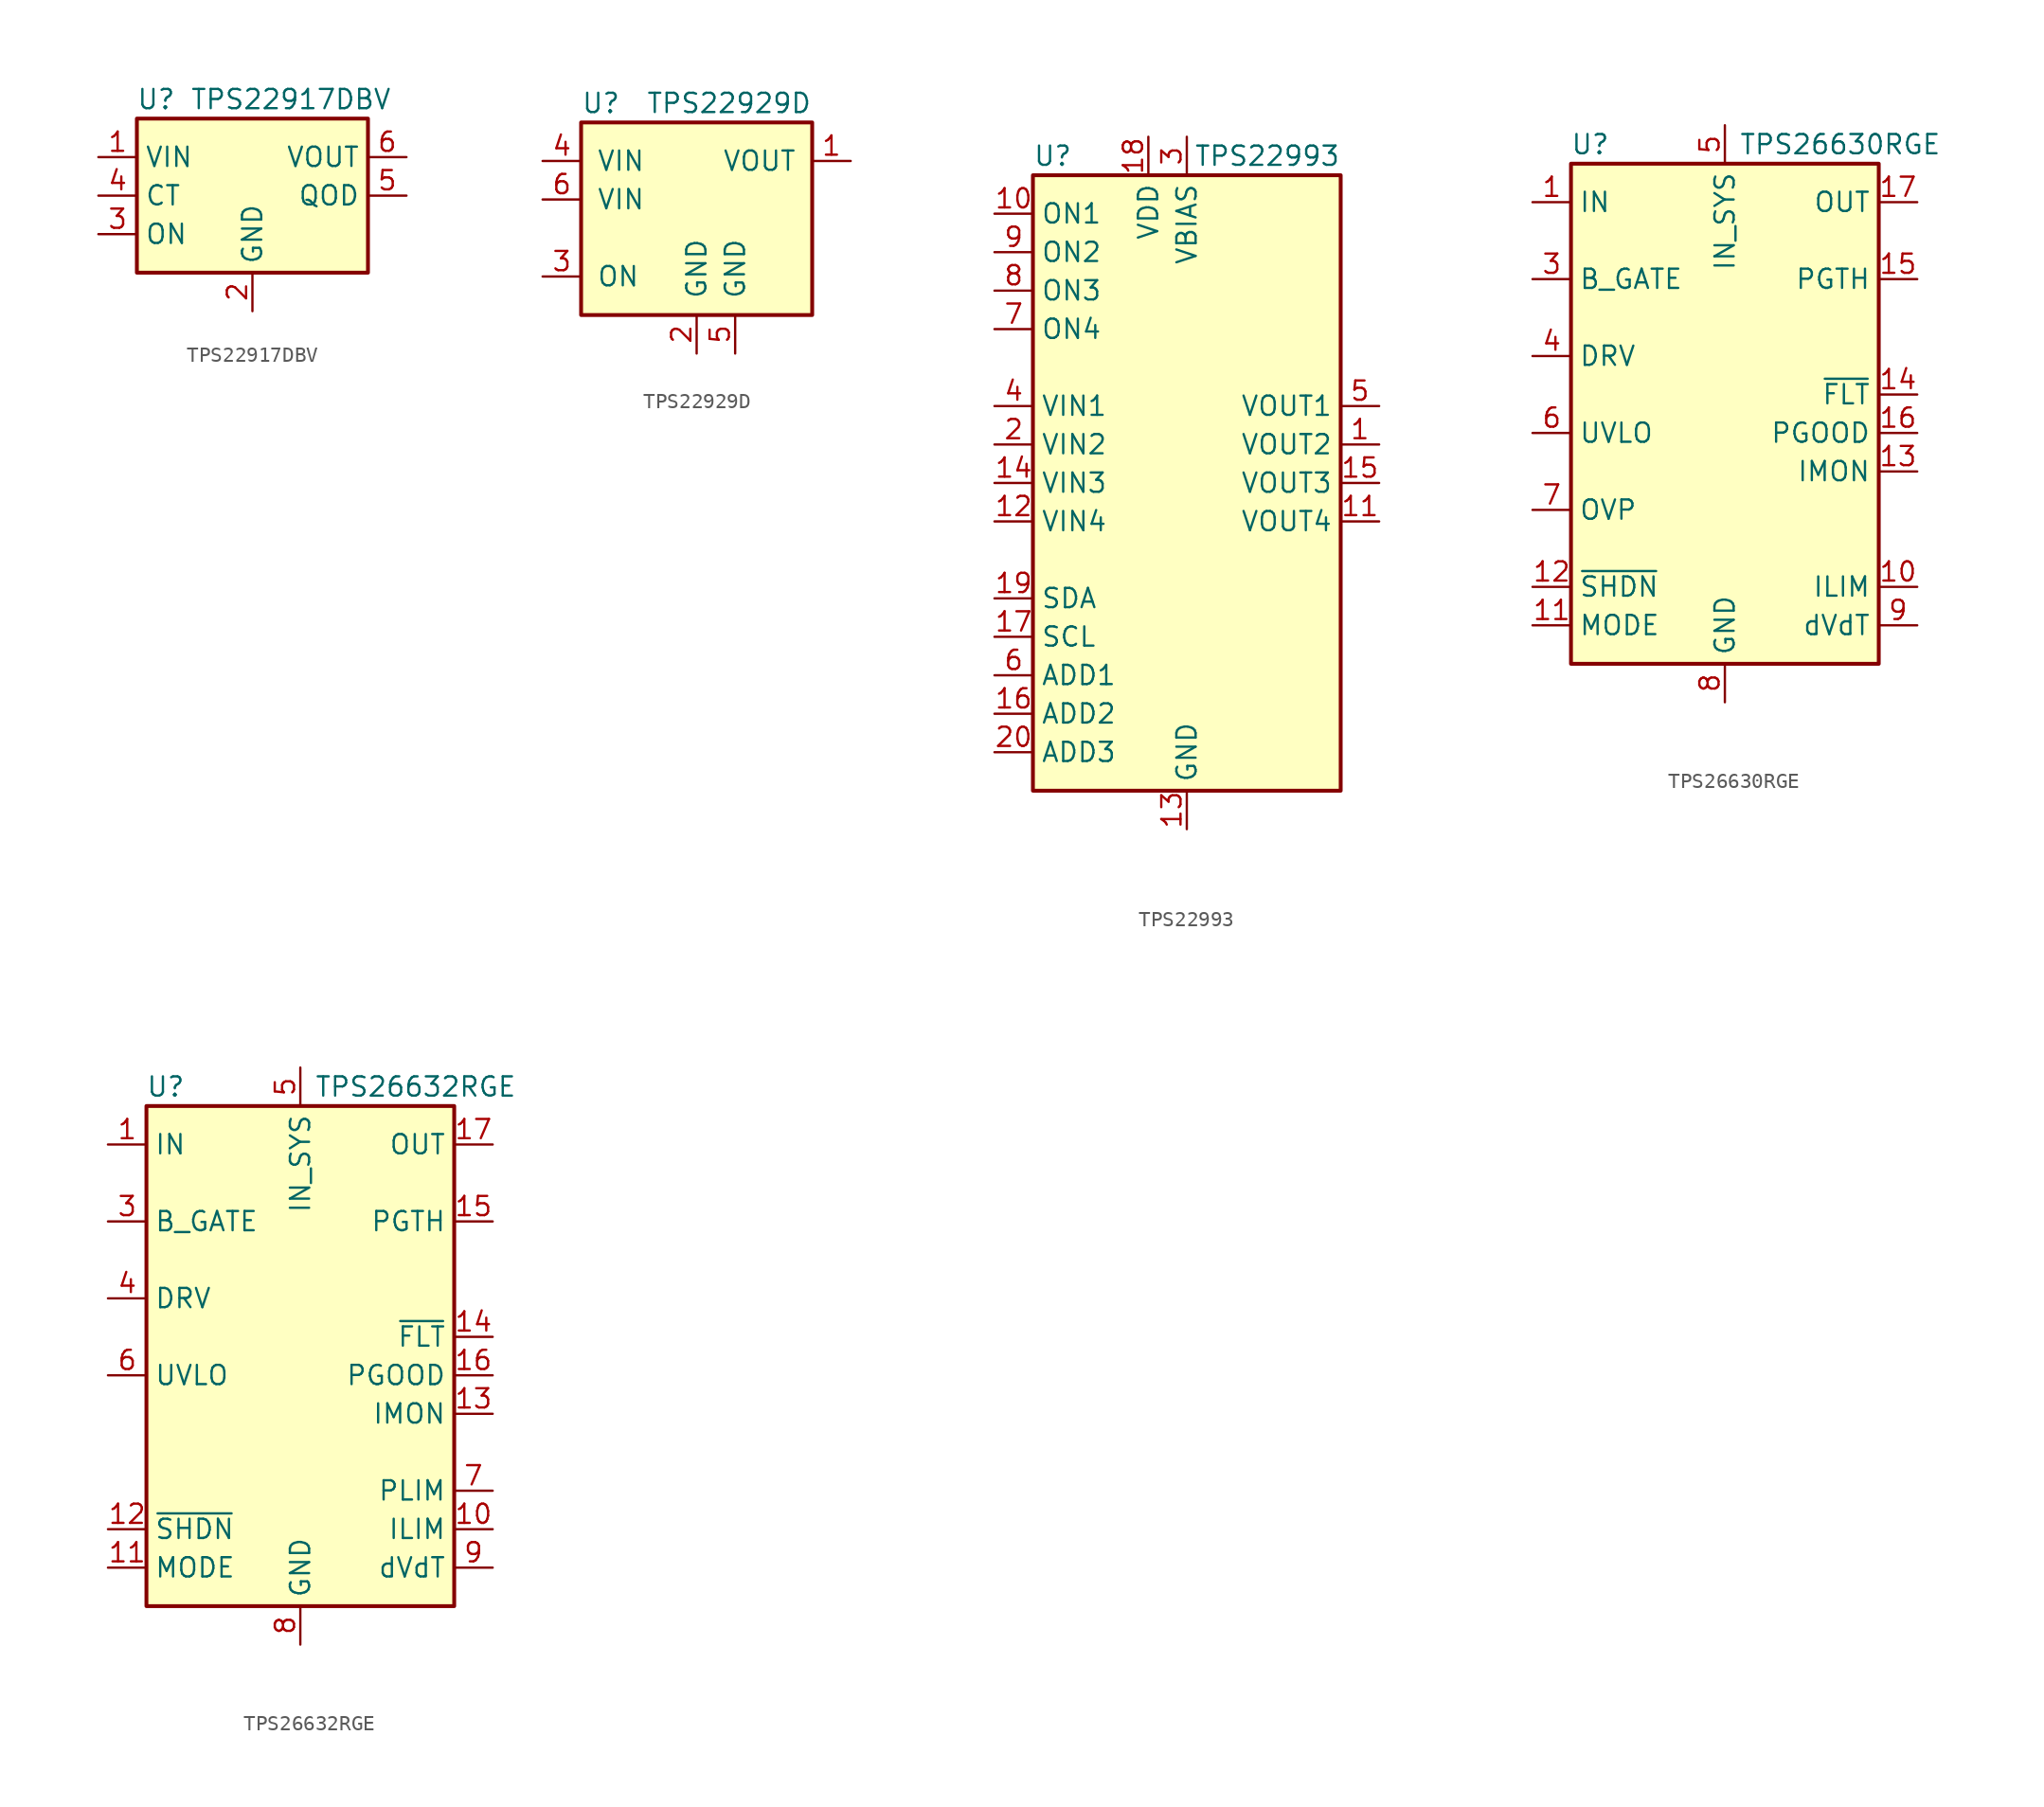
<source format=kicad_sym>
(kicad_symbol_lib
  (version 20201005)
  (generator kicad_symbol_editor)
  (symbol "Power_Management:TPS22917DBV"
    (property "Reference" "U"
      (at -6.35 6.35 0)
      (effects (font (size 1.27 1.27))))
    (property "Value" "TPS22917DBV"
      (at 2.54 6.35 0)
      (effects (font (size 1.27 1.27))))
    (symbol "TPS22917DBV_0_1"
      (rectangle (start -7.62 5.08) (end 7.62 -5.08) (stroke (width 0.254)) (fill (type background))))
    (symbol "TPS22917DBV_1_1"
      (pin power_in line (at -10.16 2.54 0) (length 2.54) (name "VIN" (effects (font (size 1.27 1.27)))) (number "1" (effects (font (size 1.27 1.27)))))
      (pin power_in line (at 0 -7.62 90) (length 2.54) (name "GND" (effects (font (size 1.27 1.27)))) (number "2" (effects (font (size 1.27 1.27)))))
      (pin input line (at -10.16 -2.54 0) (length 2.54) (name "ON" (effects (font (size 1.27 1.27)))) (number "3" (effects (font (size 1.27 1.27)))))
      (pin output line (at -10.16 0 0) (length 2.54) (name "CT" (effects (font (size 1.27 1.27)))) (number "4" (effects (font (size 1.27 1.27)))))
      (pin open_collector line (at 10.16 0 180) (length 2.54) (name "QOD" (effects (font (size 1.27 1.27)))) (number "5" (effects (font (size 1.27 1.27)))))
      (pin power_out line (at 10.16 2.54 180) (length 2.54) (name "VOUT" (effects (font (size 1.27 1.27)))) (number "6" (effects (font (size 1.27 1.27)))))))
  (symbol "Power_Management:TPS22929D"
    (pin_names
      (offset 1.016))
    (property "Reference" "U"
      (at -7.62 8.89 0)
      (effects (font (size 1.27 1.27)) (justify left)))
    (property "Value" "TPS22929D"
      (at 7.62 8.89 0)
      (effects (font (size 1.27 1.27)) (justify right)))
    (symbol "TPS22929D_0_1"
      (rectangle (start -7.62 7.62) (end 7.62 -5.08) (stroke (width 0.254)) (fill (type background))))
    (symbol "TPS22929D_1_1"
      (pin power_out line (at 10.16 5.08 180) (length 2.54) (name "VOUT" (effects (font (size 1.27 1.27)))) (number "1" (effects (font (size 1.27 1.27)))))
      (pin power_in line (at 0 -7.62 90) (length 2.54) (name "GND" (effects (font (size 1.27 1.27)))) (number "2" (effects (font (size 1.27 1.27)))))
      (pin input line (at -10.16 -2.54 0) (length 2.54) (name "ON" (effects (font (size 1.27 1.27)))) (number "3" (effects (font (size 1.27 1.27)))))
      (pin power_in line (at -10.16 5.08 0) (length 2.54) (name "VIN" (effects (font (size 1.27 1.27)))) (number "4" (effects (font (size 1.27 1.27)))))
      (pin power_in line (at 2.54 -7.62 90) (length 2.54) (name "GND" (effects (font (size 1.27 1.27)))) (number "5" (effects (font (size 1.27 1.27)))))
      (pin power_in line (at -10.16 2.54 0) (length 2.54) (name "VIN" (effects (font (size 1.27 1.27)))) (number "6" (effects (font (size 1.27 1.27)))))))
  (symbol "Power_Management:TPS22993"
    (property "Reference" "U"
      (at -10.16 21.59 0)
      (effects (font (size 1.27 1.27)) (justify left)))
    (property "Value" "TPS22993"
      (at 10.16 21.59 0)
      (effects (font (size 1.27 1.27)) (justify right)))
    (symbol "TPS22993_0_1"
      (rectangle (start -10.16 20.32) (end 10.16 -20.32) (stroke (width 0.254)) (fill (type background))))
    (symbol "TPS22993_1_1"
      (pin passive line (at 12.7 2.54 180) (length 2.54) (name "VOUT2" (effects (font (size 1.27 1.27)))) (number "1" (effects (font (size 1.27 1.27)))))
      (pin input line (at -12.7 17.78 0) (length 2.54) (name "ON1" (effects (font (size 1.27 1.27)))) (number "10" (effects (font (size 1.27 1.27)))))
      (pin passive line (at 12.7 -2.54 180) (length 2.54) (name "VOUT4" (effects (font (size 1.27 1.27)))) (number "11" (effects (font (size 1.27 1.27)))))
      (pin passive line (at -12.7 -2.54 0) (length 2.54) (name "VIN4" (effects (font (size 1.27 1.27)))) (number "12" (effects (font (size 1.27 1.27)))))
      (pin power_in line (at 0 -22.86 90) (length 2.54) (name "GND" (effects (font (size 1.27 1.27)))) (number "13" (effects (font (size 1.27 1.27)))))
      (pin passive line (at -12.7 0 0) (length 2.54) (name "VIN3" (effects (font (size 1.27 1.27)))) (number "14" (effects (font (size 1.27 1.27)))))
      (pin passive line (at 12.7 0 180) (length 2.54) (name "VOUT3" (effects (font (size 1.27 1.27)))) (number "15" (effects (font (size 1.27 1.27)))))
      (pin input line (at -12.7 -15.24 0) (length 2.54) (name "ADD2" (effects (font (size 1.27 1.27)))) (number "16" (effects (font (size 1.27 1.27)))))
      (pin input line (at -12.7 -10.16 0) (length 2.54) (name "SCL" (effects (font (size 1.27 1.27)))) (number "17" (effects (font (size 1.27 1.27)))))
      (pin power_in line (at -2.54 22.86 270) (length 2.54) (name "VDD" (effects (font (size 1.27 1.27)))) (number "18" (effects (font (size 1.27 1.27)))))
      (pin bidirectional line (at -12.7 -7.62 0) (length 2.54) (name "SDA" (effects (font (size 1.27 1.27)))) (number "19" (effects (font (size 1.27 1.27)))))
      (pin passive line (at -12.7 2.54 0) (length 2.54) (name "VIN2" (effects (font (size 1.27 1.27)))) (number "2" (effects (font (size 1.27 1.27)))))
      (pin input line (at -12.7 -17.78 0) (length 2.54) (name "ADD3" (effects (font (size 1.27 1.27)))) (number "20" (effects (font (size 1.27 1.27)))))
      (pin power_in line (at 0 22.86 270) (length 2.54) (name "VBIAS" (effects (font (size 1.27 1.27)))) (number "3" (effects (font (size 1.27 1.27)))))
      (pin passive line (at -12.7 5.08 0) (length 2.54) (name "VIN1" (effects (font (size 1.27 1.27)))) (number "4" (effects (font (size 1.27 1.27)))))
      (pin passive line (at 12.7 5.08 180) (length 2.54) (name "VOUT1" (effects (font (size 1.27 1.27)))) (number "5" (effects (font (size 1.27 1.27)))))
      (pin input line (at -12.7 -12.7 0) (length 2.54) (name "ADD1" (effects (font (size 1.27 1.27)))) (number "6" (effects (font (size 1.27 1.27)))))
      (pin input line (at -12.7 10.16 0) (length 2.54) (name "ON4" (effects (font (size 1.27 1.27)))) (number "7" (effects (font (size 1.27 1.27)))))
      (pin input line (at -12.7 12.7 0) (length 2.54) (name "ON3" (effects (font (size 1.27 1.27)))) (number "8" (effects (font (size 1.27 1.27)))))
      (pin input line (at -12.7 15.24 0) (length 2.54) (name "ON2" (effects (font (size 1.27 1.27)))) (number "9" (effects (font (size 1.27 1.27)))))))
  (symbol "Power_Management:TPS26630RGE"
    (property "Reference" "U"
      (at -8.89 16.51 0)
      (effects (font (size 1.27 1.27))))
    (property "Value" "TPS26630RGE"
      (at 7.62 16.51 0)
      (effects (font (size 1.27 1.27))))
    (symbol "TPS26630RGE_0_1"
      (rectangle (start -10.16 15.24) (end 10.16 -17.78) (stroke (width 0.254)) (fill (type background))))
    (symbol "TPS26630RGE_1_1"
      (pin power_in line (at -12.7 12.7 0) (length 2.54) (name "IN" (effects (font (size 1.27 1.27)))) (number "1" (effects (font (size 1.27 1.27)))))
      (pin passive line (at 12.7 -12.7 180) (length 2.54) (name "ILIM" (effects (font (size 1.27 1.27)))) (number "10" (effects (font (size 1.27 1.27)))))
      (pin input line (at -12.7 -15.24 0) (length 2.54) (name "MODE" (effects (font (size 1.27 1.27)))) (number "11" (effects (font (size 1.27 1.27)))))
      (pin input line (at -12.7 -12.7 0) (length 2.54) (name "~SHDN" (effects (font (size 1.27 1.27)))) (number "12" (effects (font (size 1.27 1.27)))))
      (pin output line (at 12.7 -5.08 180) (length 2.54) (name "IMON" (effects (font (size 1.27 1.27)))) (number "13" (effects (font (size 1.27 1.27)))))
      (pin open_collector line (at 12.7 0 180) (length 2.54) (name "~FLT" (effects (font (size 1.27 1.27)))) (number "14" (effects (font (size 1.27 1.27)))))
      (pin input line (at 12.7 7.62 180) (length 2.54) (name "PGTH" (effects (font (size 1.27 1.27)))) (number "15" (effects (font (size 1.27 1.27)))))
      (pin output line (at 12.7 -2.54 180) (length 2.54) (name "PGOOD" (effects (font (size 1.27 1.27)))) (number "16" (effects (font (size 1.27 1.27)))))
      (pin power_out line (at 12.7 12.7 180) (length 2.54) (name "OUT" (effects (font (size 1.27 1.27)))) (number "17" (effects (font (size 1.27 1.27)))))
      (pin passive line (at 12.7 12.7 180) (length 2.54) hide (name "OUT" (effects (font (size 1.27 1.27)))) (number "18" (effects (font (size 1.27 1.27)))))
      (pin no_connect line (at -10.16 10.16 0) (length 2.54) hide (name "NC" (effects (font (size 1.27 1.27)))) (number "19" (effects (font (size 1.27 1.27)))))
      (pin passive line (at -12.7 12.7 0) (length 2.54) hide (name "IN" (effects (font (size 1.27 1.27)))) (number "2" (effects (font (size 1.27 1.27)))))
      (pin no_connect line (at -10.16 5.08 0) (length 2.54) hide (name "NC" (effects (font (size 1.27 1.27)))) (number "20" (effects (font (size 1.27 1.27)))))
      (pin no_connect line (at -10.16 0 0) (length 2.54) hide (name "NC" (effects (font (size 1.27 1.27)))) (number "21" (effects (font (size 1.27 1.27)))))
      (pin no_connect line (at 10.16 10.16 180) (length 2.54) hide (name "NC" (effects (font (size 1.27 1.27)))) (number "22" (effects (font (size 1.27 1.27)))))
      (pin no_connect line (at 10.16 5.08 180) (length 2.54) hide (name "NC" (effects (font (size 1.27 1.27)))) (number "23" (effects (font (size 1.27 1.27)))))
      (pin no_connect line (at 10.16 2.54 180) (length 2.54) hide (name "NC" (effects (font (size 1.27 1.27)))) (number "24" (effects (font (size 1.27 1.27)))))
      (pin passive line (at 0 -20.32 90) (length 2.54) hide (name "GND" (effects (font (size 1.27 1.27)))) (number "25" (effects (font (size 1.27 1.27)))))
      (pin output line (at -12.7 7.62 0) (length 2.54) (name "B_GATE" (effects (font (size 1.27 1.27)))) (number "3" (effects (font (size 1.27 1.27)))))
      (pin output line (at -12.7 2.54 0) (length 2.54) (name "DRV" (effects (font (size 1.27 1.27)))) (number "4" (effects (font (size 1.27 1.27)))))
      (pin power_in line (at 0 17.78 270) (length 2.54) (name "IN_SYS" (effects (font (size 1.27 1.27)))) (number "5" (effects (font (size 1.27 1.27)))))
      (pin input line (at -12.7 -2.54 0) (length 2.54) (name "UVLO" (effects (font (size 1.27 1.27)))) (number "6" (effects (font (size 1.27 1.27)))))
      (pin input line (at -12.7 -7.62 0) (length 2.54) (name "OVP" (effects (font (size 1.27 1.27)))) (number "7" (effects (font (size 1.27 1.27)))))
      (pin power_in line (at 0 -20.32 90) (length 2.54) (name "GND" (effects (font (size 1.27 1.27)))) (number "8" (effects (font (size 1.27 1.27)))))
      (pin passive line (at 12.7 -15.24 180) (length 2.54) (name "dVdT" (effects (font (size 1.27 1.27)))) (number "9" (effects (font (size 1.27 1.27)))))))
  (symbol "Power_Management:TPS26632RGE"
    (property "Reference" "U"
      (at -8.89 16.51 0)
      (effects (font (size 1.27 1.27))))
    (property "Value" "TPS26632RGE"
      (at 7.62 16.51 0)
      (effects (font (size 1.27 1.27))))
    (symbol "TPS26632RGE_0_1"
      (rectangle (start -10.16 15.24) (end 10.16 -17.78) (stroke (width 0.254)) (fill (type background))))
    (symbol "TPS26632RGE_1_1"
      (pin power_in line (at -12.7 12.7 0) (length 2.54) (name "IN" (effects (font (size 1.27 1.27)))) (number "1" (effects (font (size 1.27 1.27)))))
      (pin passive line (at 12.7 -12.7 180) (length 2.54) (name "ILIM" (effects (font (size 1.27 1.27)))) (number "10" (effects (font (size 1.27 1.27)))))
      (pin input line (at -12.7 -15.24 0) (length 2.54) (name "MODE" (effects (font (size 1.27 1.27)))) (number "11" (effects (font (size 1.27 1.27)))))
      (pin input line (at -12.7 -12.7 0) (length 2.54) (name "~SHDN" (effects (font (size 1.27 1.27)))) (number "12" (effects (font (size 1.27 1.27)))))
      (pin output line (at 12.7 -5.08 180) (length 2.54) (name "IMON" (effects (font (size 1.27 1.27)))) (number "13" (effects (font (size 1.27 1.27)))))
      (pin open_collector line (at 12.7 0 180) (length 2.54) (name "~FLT" (effects (font (size 1.27 1.27)))) (number "14" (effects (font (size 1.27 1.27)))))
      (pin input line (at 12.7 7.62 180) (length 2.54) (name "PGTH" (effects (font (size 1.27 1.27)))) (number "15" (effects (font (size 1.27 1.27)))))
      (pin output line (at 12.7 -2.54 180) (length 2.54) (name "PGOOD" (effects (font (size 1.27 1.27)))) (number "16" (effects (font (size 1.27 1.27)))))
      (pin power_out line (at 12.7 12.7 180) (length 2.54) (name "OUT" (effects (font (size 1.27 1.27)))) (number "17" (effects (font (size 1.27 1.27)))))
      (pin passive line (at 12.7 12.7 180) (length 2.54) hide (name "OUT" (effects (font (size 1.27 1.27)))) (number "18" (effects (font (size 1.27 1.27)))))
      (pin no_connect line (at -10.16 10.16 0) (length 2.54) hide (name "NC" (effects (font (size 1.27 1.27)))) (number "19" (effects (font (size 1.27 1.27)))))
      (pin passive line (at -12.7 12.7 0) (length 2.54) hide (name "IN" (effects (font (size 1.27 1.27)))) (number "2" (effects (font (size 1.27 1.27)))))
      (pin no_connect line (at -10.16 5.08 0) (length 2.54) hide (name "NC" (effects (font (size 1.27 1.27)))) (number "20" (effects (font (size 1.27 1.27)))))
      (pin no_connect line (at -10.16 0 0) (length 2.54) hide (name "NC" (effects (font (size 1.27 1.27)))) (number "21" (effects (font (size 1.27 1.27)))))
      (pin no_connect line (at 10.16 10.16 180) (length 2.54) hide (name "NC" (effects (font (size 1.27 1.27)))) (number "22" (effects (font (size 1.27 1.27)))))
      (pin no_connect line (at 10.16 5.08 180) (length 2.54) hide (name "NC" (effects (font (size 1.27 1.27)))) (number "23" (effects (font (size 1.27 1.27)))))
      (pin no_connect line (at 10.16 2.54 180) (length 2.54) hide (name "NC" (effects (font (size 1.27 1.27)))) (number "24" (effects (font (size 1.27 1.27)))))
      (pin passive line (at 0 -20.32 90) (length 2.54) hide (name "GND" (effects (font (size 1.27 1.27)))) (number "25" (effects (font (size 1.27 1.27)))))
      (pin output line (at -12.7 7.62 0) (length 2.54) (name "B_GATE" (effects (font (size 1.27 1.27)))) (number "3" (effects (font (size 1.27 1.27)))))
      (pin output line (at -12.7 2.54 0) (length 2.54) (name "DRV" (effects (font (size 1.27 1.27)))) (number "4" (effects (font (size 1.27 1.27)))))
      (pin power_in line (at 0 17.78 270) (length 2.54) (name "IN_SYS" (effects (font (size 1.27 1.27)))) (number "5" (effects (font (size 1.27 1.27)))))
      (pin input line (at -12.7 -2.54 0) (length 2.54) (name "UVLO" (effects (font (size 1.27 1.27)))) (number "6" (effects (font (size 1.27 1.27)))))
      (pin passive line (at 12.7 -10.16 180) (length 2.54) (name "PLIM" (effects (font (size 1.27 1.27)))) (number "7" (effects (font (size 1.27 1.27)))))
      (pin power_in line (at 0 -20.32 90) (length 2.54) (name "GND" (effects (font (size 1.27 1.27)))) (number "8" (effects (font (size 1.27 1.27)))))
      (pin passive line (at 12.7 -15.24 180) (length 2.54) (name "dVdT" (effects (font (size 1.27 1.27)))) (number "9" (effects (font (size 1.27 1.27))))))))
</source>
